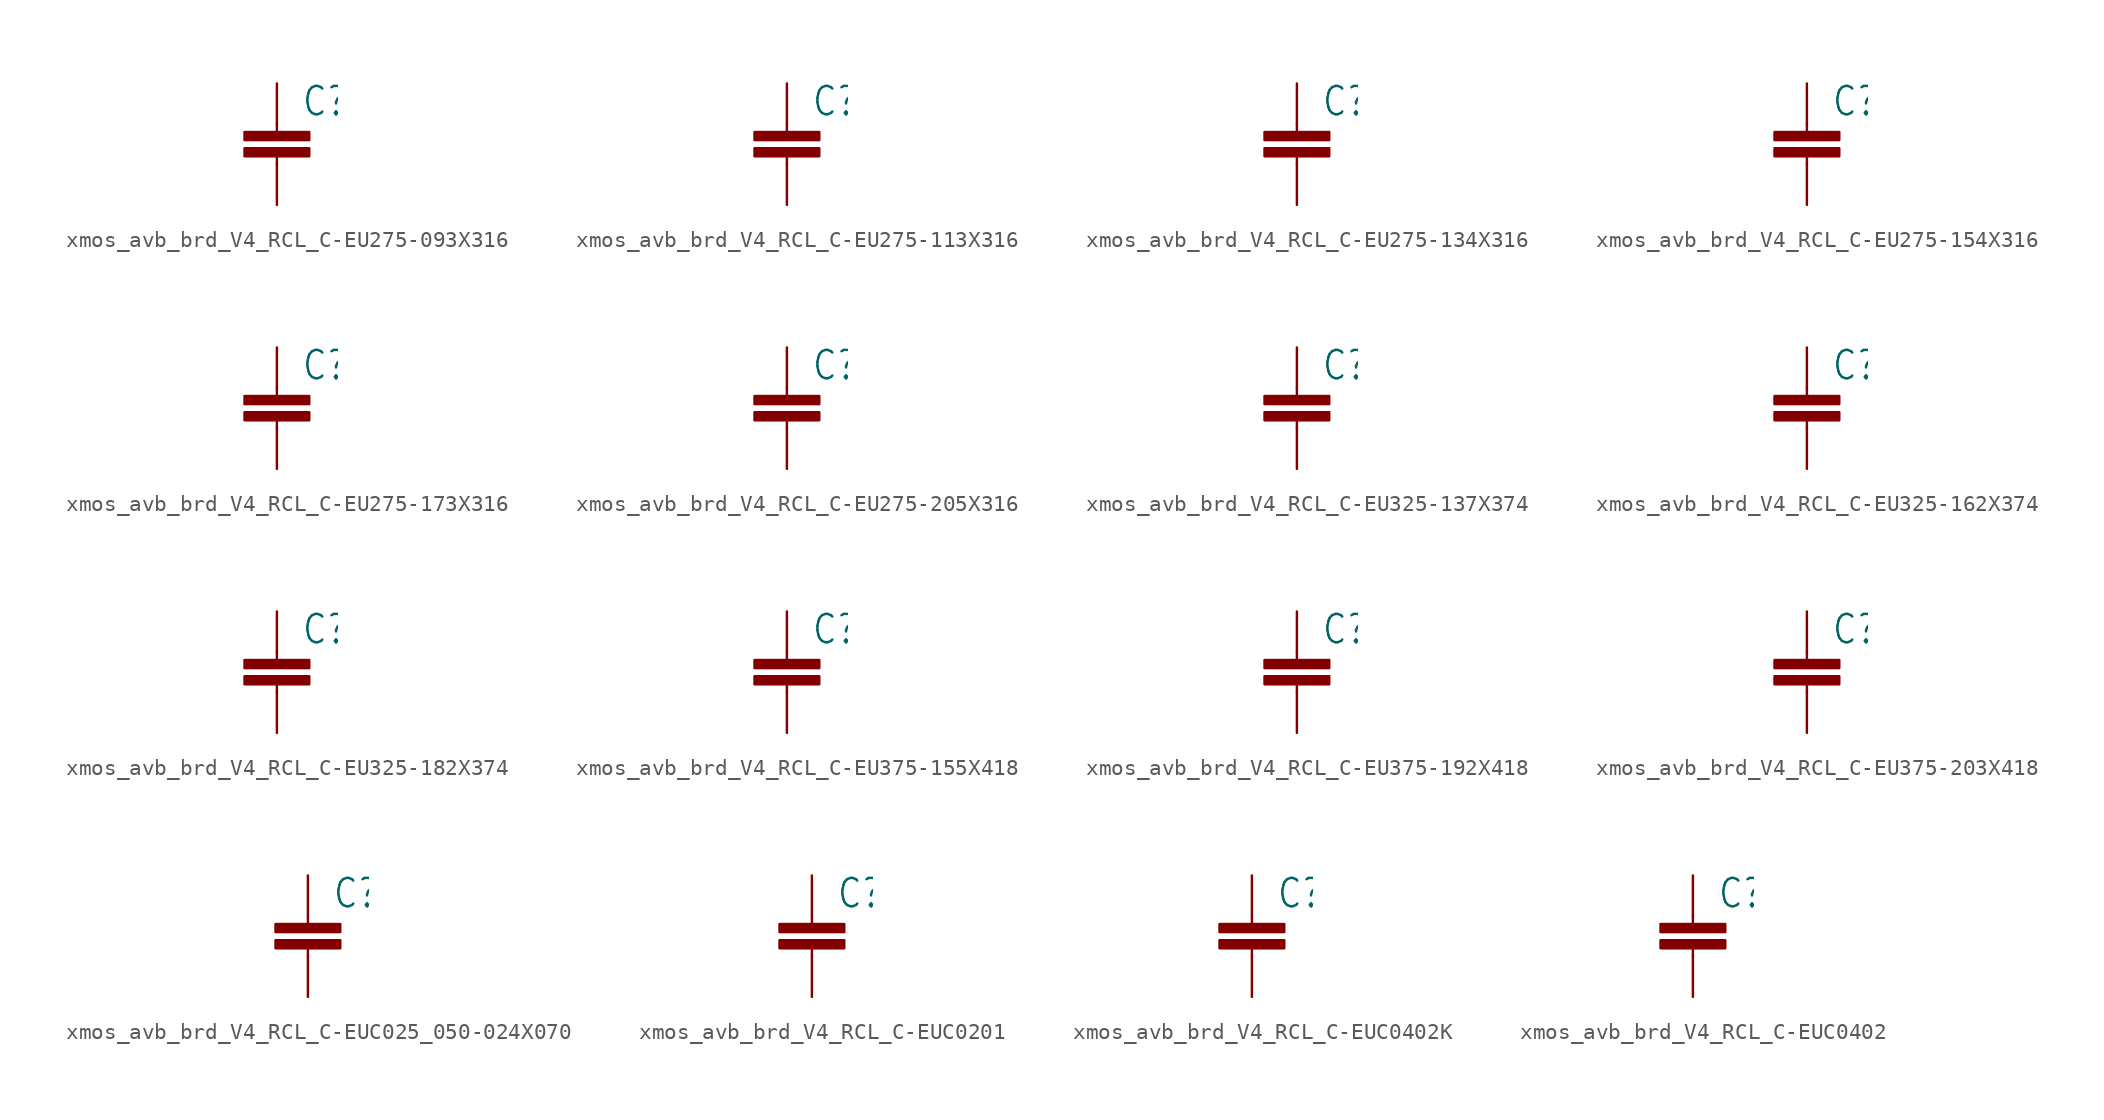
<source format=kicad_sym>
(kicad_symbol_lib
  (version 20241209)
  (generator "kicad_symbol_editor")
  (generator_version "9.0")
  (symbol "xmos_avb_brd_V4_RCL_C-EU275-093X316"
    (property "Reference" "C"
      (at 1.524 0.381 0)
      (effects (font (size 1.778 1.511)) (justify left bottom)))
    (property "Value" ""
      (at 1.524 -4.699 0)
      (effects (font (size 1.778 1.511)) (justify left bottom)))
    (property "ki_locked" ""
      (at 0 0 0)
      (effects (font (size 1.27 1.27))))
    (symbol "xmos_avb_brd_V4_RCL_C-EU275-093X316_1_0"
      (rectangle (start -2.032 -1.016) (end 2.032 -0.508) (stroke (width 0) (type default)) (fill (type outline)))
      (rectangle (start -2.032 -2.032) (end 2.032 -1.524) (stroke (width 0) (type default)) (fill (type outline)))
      (polyline (pts (xy 0 0) (xy 0 -0.508)) (stroke (width 0.152) (type solid)) (fill (type none)))
      (polyline (pts (xy 0 -2.54) (xy 0 -2.032)) (stroke (width 0.152) (type solid)) (fill (type none)))
      (pin passive line (at 0 2.54 270) (length 2.54) (name "1" (effects (font (size 0 0)))) (number "1" (effects (font (size 0 0)))))
      (pin passive line (at 0 -5.08 90) (length 2.54) (name "2" (effects (font (size 0 0)))) (number "2" (effects (font (size 0 0)))))))
  (symbol "xmos_avb_brd_V4_RCL_C-EU275-113X316"
    (property "Reference" "C"
      (at 1.524 0.381 0)
      (effects (font (size 1.778 1.511)) (justify left bottom)))
    (property "Value" ""
      (at 1.524 -4.699 0)
      (effects (font (size 1.778 1.511)) (justify left bottom)))
    (property "ki_locked" ""
      (at 0 0 0)
      (effects (font (size 1.27 1.27))))
    (symbol "xmos_avb_brd_V4_RCL_C-EU275-113X316_1_0"
      (rectangle (start -2.032 -1.016) (end 2.032 -0.508) (stroke (width 0) (type default)) (fill (type outline)))
      (rectangle (start -2.032 -2.032) (end 2.032 -1.524) (stroke (width 0) (type default)) (fill (type outline)))
      (polyline (pts (xy 0 0) (xy 0 -0.508)) (stroke (width 0.152) (type solid)) (fill (type none)))
      (polyline (pts (xy 0 -2.54) (xy 0 -2.032)) (stroke (width 0.152) (type solid)) (fill (type none)))
      (pin passive line (at 0 2.54 270) (length 2.54) (name "1" (effects (font (size 0 0)))) (number "1" (effects (font (size 0 0)))))
      (pin passive line (at 0 -5.08 90) (length 2.54) (name "2" (effects (font (size 0 0)))) (number "2" (effects (font (size 0 0)))))))
  (symbol "xmos_avb_brd_V4_RCL_C-EU275-134X316"
    (property "Reference" "C"
      (at 1.524 0.381 0)
      (effects (font (size 1.778 1.511)) (justify left bottom)))
    (property "Value" ""
      (at 1.524 -4.699 0)
      (effects (font (size 1.778 1.511)) (justify left bottom)))
    (property "ki_locked" ""
      (at 0 0 0)
      (effects (font (size 1.27 1.27))))
    (symbol "xmos_avb_brd_V4_RCL_C-EU275-134X316_1_0"
      (rectangle (start -2.032 -1.016) (end 2.032 -0.508) (stroke (width 0) (type default)) (fill (type outline)))
      (rectangle (start -2.032 -2.032) (end 2.032 -1.524) (stroke (width 0) (type default)) (fill (type outline)))
      (polyline (pts (xy 0 0) (xy 0 -0.508)) (stroke (width 0.152) (type solid)) (fill (type none)))
      (polyline (pts (xy 0 -2.54) (xy 0 -2.032)) (stroke (width 0.152) (type solid)) (fill (type none)))
      (pin passive line (at 0 2.54 270) (length 2.54) (name "1" (effects (font (size 0 0)))) (number "1" (effects (font (size 0 0)))))
      (pin passive line (at 0 -5.08 90) (length 2.54) (name "2" (effects (font (size 0 0)))) (number "2" (effects (font (size 0 0)))))))
  (symbol "xmos_avb_brd_V4_RCL_C-EU275-154X316"
    (property "Reference" "C"
      (at 1.524 0.381 0)
      (effects (font (size 1.778 1.511)) (justify left bottom)))
    (property "Value" ""
      (at 1.524 -4.699 0)
      (effects (font (size 1.778 1.511)) (justify left bottom)))
    (property "ki_locked" ""
      (at 0 0 0)
      (effects (font (size 1.27 1.27))))
    (symbol "xmos_avb_brd_V4_RCL_C-EU275-154X316_1_0"
      (rectangle (start -2.032 -1.016) (end 2.032 -0.508) (stroke (width 0) (type default)) (fill (type outline)))
      (rectangle (start -2.032 -2.032) (end 2.032 -1.524) (stroke (width 0) (type default)) (fill (type outline)))
      (polyline (pts (xy 0 0) (xy 0 -0.508)) (stroke (width 0.152) (type solid)) (fill (type none)))
      (polyline (pts (xy 0 -2.54) (xy 0 -2.032)) (stroke (width 0.152) (type solid)) (fill (type none)))
      (pin passive line (at 0 2.54 270) (length 2.54) (name "1" (effects (font (size 0 0)))) (number "1" (effects (font (size 0 0)))))
      (pin passive line (at 0 -5.08 90) (length 2.54) (name "2" (effects (font (size 0 0)))) (number "2" (effects (font (size 0 0)))))))
  (symbol "xmos_avb_brd_V4_RCL_C-EU275-173X316"
    (property "Reference" "C"
      (at 1.524 0.381 0)
      (effects (font (size 1.778 1.511)) (justify left bottom)))
    (property "Value" ""
      (at 1.524 -4.699 0)
      (effects (font (size 1.778 1.511)) (justify left bottom)))
    (property "ki_locked" ""
      (at 0 0 0)
      (effects (font (size 1.27 1.27))))
    (symbol "xmos_avb_brd_V4_RCL_C-EU275-173X316_1_0"
      (rectangle (start -2.032 -1.016) (end 2.032 -0.508) (stroke (width 0) (type default)) (fill (type outline)))
      (rectangle (start -2.032 -2.032) (end 2.032 -1.524) (stroke (width 0) (type default)) (fill (type outline)))
      (polyline (pts (xy 0 0) (xy 0 -0.508)) (stroke (width 0.152) (type solid)) (fill (type none)))
      (polyline (pts (xy 0 -2.54) (xy 0 -2.032)) (stroke (width 0.152) (type solid)) (fill (type none)))
      (pin passive line (at 0 2.54 270) (length 2.54) (name "1" (effects (font (size 0 0)))) (number "1" (effects (font (size 0 0)))))
      (pin passive line (at 0 -5.08 90) (length 2.54) (name "2" (effects (font (size 0 0)))) (number "2" (effects (font (size 0 0)))))))
  (symbol "xmos_avb_brd_V4_RCL_C-EU275-205X316"
    (property "Reference" "C"
      (at 1.524 0.381 0)
      (effects (font (size 1.778 1.511)) (justify left bottom)))
    (property "Value" ""
      (at 1.524 -4.699 0)
      (effects (font (size 1.778 1.511)) (justify left bottom)))
    (property "ki_locked" ""
      (at 0 0 0)
      (effects (font (size 1.27 1.27))))
    (symbol "xmos_avb_brd_V4_RCL_C-EU275-205X316_1_0"
      (rectangle (start -2.032 -1.016) (end 2.032 -0.508) (stroke (width 0) (type default)) (fill (type outline)))
      (rectangle (start -2.032 -2.032) (end 2.032 -1.524) (stroke (width 0) (type default)) (fill (type outline)))
      (polyline (pts (xy 0 0) (xy 0 -0.508)) (stroke (width 0.152) (type solid)) (fill (type none)))
      (polyline (pts (xy 0 -2.54) (xy 0 -2.032)) (stroke (width 0.152) (type solid)) (fill (type none)))
      (pin passive line (at 0 2.54 270) (length 2.54) (name "1" (effects (font (size 0 0)))) (number "1" (effects (font (size 0 0)))))
      (pin passive line (at 0 -5.08 90) (length 2.54) (name "2" (effects (font (size 0 0)))) (number "2" (effects (font (size 0 0)))))))
  (symbol "xmos_avb_brd_V4_RCL_C-EU325-137X374"
    (property "Reference" "C"
      (at 1.524 0.381 0)
      (effects (font (size 1.778 1.511)) (justify left bottom)))
    (property "Value" ""
      (at 1.524 -4.699 0)
      (effects (font (size 1.778 1.511)) (justify left bottom)))
    (property "ki_locked" ""
      (at 0 0 0)
      (effects (font (size 1.27 1.27))))
    (symbol "xmos_avb_brd_V4_RCL_C-EU325-137X374_1_0"
      (rectangle (start -2.032 -1.016) (end 2.032 -0.508) (stroke (width 0) (type default)) (fill (type outline)))
      (rectangle (start -2.032 -2.032) (end 2.032 -1.524) (stroke (width 0) (type default)) (fill (type outline)))
      (polyline (pts (xy 0 0) (xy 0 -0.508)) (stroke (width 0.152) (type solid)) (fill (type none)))
      (polyline (pts (xy 0 -2.54) (xy 0 -2.032)) (stroke (width 0.152) (type solid)) (fill (type none)))
      (pin passive line (at 0 2.54 270) (length 2.54) (name "1" (effects (font (size 0 0)))) (number "1" (effects (font (size 0 0)))))
      (pin passive line (at 0 -5.08 90) (length 2.54) (name "2" (effects (font (size 0 0)))) (number "2" (effects (font (size 0 0)))))))
  (symbol "xmos_avb_brd_V4_RCL_C-EU325-162X374"
    (property "Reference" "C"
      (at 1.524 0.381 0)
      (effects (font (size 1.778 1.511)) (justify left bottom)))
    (property "Value" ""
      (at 1.524 -4.699 0)
      (effects (font (size 1.778 1.511)) (justify left bottom)))
    (property "ki_locked" ""
      (at 0 0 0)
      (effects (font (size 1.27 1.27))))
    (symbol "xmos_avb_brd_V4_RCL_C-EU325-162X374_1_0"
      (rectangle (start -2.032 -1.016) (end 2.032 -0.508) (stroke (width 0) (type default)) (fill (type outline)))
      (rectangle (start -2.032 -2.032) (end 2.032 -1.524) (stroke (width 0) (type default)) (fill (type outline)))
      (polyline (pts (xy 0 0) (xy 0 -0.508)) (stroke (width 0.152) (type solid)) (fill (type none)))
      (polyline (pts (xy 0 -2.54) (xy 0 -2.032)) (stroke (width 0.152) (type solid)) (fill (type none)))
      (pin passive line (at 0 2.54 270) (length 2.54) (name "1" (effects (font (size 0 0)))) (number "1" (effects (font (size 0 0)))))
      (pin passive line (at 0 -5.08 90) (length 2.54) (name "2" (effects (font (size 0 0)))) (number "2" (effects (font (size 0 0)))))))
  (symbol "xmos_avb_brd_V4_RCL_C-EU325-182X374"
    (property "Reference" "C"
      (at 1.524 0.381 0)
      (effects (font (size 1.778 1.511)) (justify left bottom)))
    (property "Value" ""
      (at 1.524 -4.699 0)
      (effects (font (size 1.778 1.511)) (justify left bottom)))
    (property "ki_locked" ""
      (at 0 0 0)
      (effects (font (size 1.27 1.27))))
    (symbol "xmos_avb_brd_V4_RCL_C-EU325-182X374_1_0"
      (rectangle (start -2.032 -1.016) (end 2.032 -0.508) (stroke (width 0) (type default)) (fill (type outline)))
      (rectangle (start -2.032 -2.032) (end 2.032 -1.524) (stroke (width 0) (type default)) (fill (type outline)))
      (polyline (pts (xy 0 0) (xy 0 -0.508)) (stroke (width 0.152) (type solid)) (fill (type none)))
      (polyline (pts (xy 0 -2.54) (xy 0 -2.032)) (stroke (width 0.152) (type solid)) (fill (type none)))
      (pin passive line (at 0 2.54 270) (length 2.54) (name "1" (effects (font (size 0 0)))) (number "1" (effects (font (size 0 0)))))
      (pin passive line (at 0 -5.08 90) (length 2.54) (name "2" (effects (font (size 0 0)))) (number "2" (effects (font (size 0 0)))))))
  (symbol "xmos_avb_brd_V4_RCL_C-EU375-155X418"
    (property "Reference" "C"
      (at 1.524 0.381 0)
      (effects (font (size 1.778 1.511)) (justify left bottom)))
    (property "Value" ""
      (at 1.524 -4.699 0)
      (effects (font (size 1.778 1.511)) (justify left bottom)))
    (property "ki_locked" ""
      (at 0 0 0)
      (effects (font (size 1.27 1.27))))
    (symbol "xmos_avb_brd_V4_RCL_C-EU375-155X418_1_0"
      (rectangle (start -2.032 -1.016) (end 2.032 -0.508) (stroke (width 0) (type default)) (fill (type outline)))
      (rectangle (start -2.032 -2.032) (end 2.032 -1.524) (stroke (width 0) (type default)) (fill (type outline)))
      (polyline (pts (xy 0 0) (xy 0 -0.508)) (stroke (width 0.152) (type solid)) (fill (type none)))
      (polyline (pts (xy 0 -2.54) (xy 0 -2.032)) (stroke (width 0.152) (type solid)) (fill (type none)))
      (pin passive line (at 0 2.54 270) (length 2.54) (name "1" (effects (font (size 0 0)))) (number "1" (effects (font (size 0 0)))))
      (pin passive line (at 0 -5.08 90) (length 2.54) (name "2" (effects (font (size 0 0)))) (number "2" (effects (font (size 0 0)))))))
  (symbol "xmos_avb_brd_V4_RCL_C-EU375-192X418"
    (property "Reference" "C"
      (at 1.524 0.381 0)
      (effects (font (size 1.778 1.511)) (justify left bottom)))
    (property "Value" ""
      (at 1.524 -4.699 0)
      (effects (font (size 1.778 1.511)) (justify left bottom)))
    (property "ki_locked" ""
      (at 0 0 0)
      (effects (font (size 1.27 1.27))))
    (symbol "xmos_avb_brd_V4_RCL_C-EU375-192X418_1_0"
      (rectangle (start -2.032 -1.016) (end 2.032 -0.508) (stroke (width 0) (type default)) (fill (type outline)))
      (rectangle (start -2.032 -2.032) (end 2.032 -1.524) (stroke (width 0) (type default)) (fill (type outline)))
      (polyline (pts (xy 0 0) (xy 0 -0.508)) (stroke (width 0.152) (type solid)) (fill (type none)))
      (polyline (pts (xy 0 -2.54) (xy 0 -2.032)) (stroke (width 0.152) (type solid)) (fill (type none)))
      (pin passive line (at 0 2.54 270) (length 2.54) (name "1" (effects (font (size 0 0)))) (number "1" (effects (font (size 0 0)))))
      (pin passive line (at 0 -5.08 90) (length 2.54) (name "2" (effects (font (size 0 0)))) (number "2" (effects (font (size 0 0)))))))
  (symbol "xmos_avb_brd_V4_RCL_C-EU375-203X418"
    (property "Reference" "C"
      (at 1.524 0.381 0)
      (effects (font (size 1.778 1.511)) (justify left bottom)))
    (property "Value" ""
      (at 1.524 -4.699 0)
      (effects (font (size 1.778 1.511)) (justify left bottom)))
    (property "ki_locked" ""
      (at 0 0 0)
      (effects (font (size 1.27 1.27))))
    (symbol "xmos_avb_brd_V4_RCL_C-EU375-203X418_1_0"
      (rectangle (start -2.032 -1.016) (end 2.032 -0.508) (stroke (width 0) (type default)) (fill (type outline)))
      (rectangle (start -2.032 -2.032) (end 2.032 -1.524) (stroke (width 0) (type default)) (fill (type outline)))
      (polyline (pts (xy 0 0) (xy 0 -0.508)) (stroke (width 0.152) (type solid)) (fill (type none)))
      (polyline (pts (xy 0 -2.54) (xy 0 -2.032)) (stroke (width 0.152) (type solid)) (fill (type none)))
      (pin passive line (at 0 2.54 270) (length 2.54) (name "1" (effects (font (size 0 0)))) (number "1" (effects (font (size 0 0)))))
      (pin passive line (at 0 -5.08 90) (length 2.54) (name "2" (effects (font (size 0 0)))) (number "2" (effects (font (size 0 0)))))))
  (symbol "xmos_avb_brd_V4_RCL_C-EUC025_050-024X070"
    (property "Reference" "C"
      (at 1.524 0.381 0)
      (effects (font (size 1.778 1.511)) (justify left bottom)))
    (property "Value" ""
      (at 1.524 -4.699 0)
      (effects (font (size 1.778 1.511)) (justify left bottom)))
    (property "ki_locked" ""
      (at 0 0 0)
      (effects (font (size 1.27 1.27))))
    (symbol "xmos_avb_brd_V4_RCL_C-EUC025_050-024X070_1_0"
      (rectangle (start -2.032 -1.016) (end 2.032 -0.508) (stroke (width 0) (type default)) (fill (type outline)))
      (rectangle (start -2.032 -2.032) (end 2.032 -1.524) (stroke (width 0) (type default)) (fill (type outline)))
      (polyline (pts (xy 0 0) (xy 0 -0.508)) (stroke (width 0.152) (type solid)) (fill (type none)))
      (polyline (pts (xy 0 -2.54) (xy 0 -2.032)) (stroke (width 0.152) (type solid)) (fill (type none)))
      (pin passive line (at 0 2.54 270) (length 2.54) (name "1" (effects (font (size 0 0)))) (number "1" (effects (font (size 0 0)))))
      (pin passive line (at 0 -5.08 90) (length 2.54) (name "2" (effects (font (size 0 0)))) (number "2" (effects (font (size 0 0)))))))
  (symbol "xmos_avb_brd_V4_RCL_C-EUC0201"
    (property "Reference" "C"
      (at 1.524 0.381 0)
      (effects (font (size 1.778 1.511)) (justify left bottom)))
    (property "Value" ""
      (at 1.524 -4.699 0)
      (effects (font (size 1.778 1.511)) (justify left bottom)))
    (property "ki_locked" ""
      (at 0 0 0)
      (effects (font (size 1.27 1.27))))
    (symbol "xmos_avb_brd_V4_RCL_C-EUC0201_1_0"
      (rectangle (start -2.032 -1.016) (end 2.032 -0.508) (stroke (width 0) (type default)) (fill (type outline)))
      (rectangle (start -2.032 -2.032) (end 2.032 -1.524) (stroke (width 0) (type default)) (fill (type outline)))
      (polyline (pts (xy 0 0) (xy 0 -0.508)) (stroke (width 0.152) (type solid)) (fill (type none)))
      (polyline (pts (xy 0 -2.54) (xy 0 -2.032)) (stroke (width 0.152) (type solid)) (fill (type none)))
      (pin passive line (at 0 2.54 270) (length 2.54) (name "1" (effects (font (size 0 0)))) (number "1" (effects (font (size 0 0)))))
      (pin passive line (at 0 -5.08 90) (length 2.54) (name "2" (effects (font (size 0 0)))) (number "2" (effects (font (size 0 0)))))))
  (symbol "xmos_avb_brd_V4_RCL_C-EUC0402K"
    (property "Reference" "C"
      (at 1.524 0.381 0)
      (effects (font (size 1.778 1.511)) (justify left bottom)))
    (property "Value" ""
      (at 1.524 -4.699 0)
      (effects (font (size 1.778 1.511)) (justify left bottom)))
    (property "ki_locked" ""
      (at 0 0 0)
      (effects (font (size 1.27 1.27))))
    (symbol "xmos_avb_brd_V4_RCL_C-EUC0402K_1_0"
      (rectangle (start -2.032 -1.016) (end 2.032 -0.508) (stroke (width 0) (type default)) (fill (type outline)))
      (rectangle (start -2.032 -2.032) (end 2.032 -1.524) (stroke (width 0) (type default)) (fill (type outline)))
      (polyline (pts (xy 0 0) (xy 0 -0.508)) (stroke (width 0.152) (type solid)) (fill (type none)))
      (polyline (pts (xy 0 -2.54) (xy 0 -2.032)) (stroke (width 0.152) (type solid)) (fill (type none)))
      (pin passive line (at 0 2.54 270) (length 2.54) (name "1" (effects (font (size 0 0)))) (number "1" (effects (font (size 0 0)))))
      (pin passive line (at 0 -5.08 90) (length 2.54) (name "2" (effects (font (size 0 0)))) (number "2" (effects (font (size 0 0)))))))
  (symbol "xmos_avb_brd_V4_RCL_C-EUC0402"
    (property "Reference" "C"
      (at 1.524 0.381 0)
      (effects (font (size 1.778 1.511)) (justify left bottom)))
    (property "Value" ""
      (at 1.524 -4.699 0)
      (effects (font (size 1.778 1.511)) (justify left bottom)))
    (property "ki_locked" ""
      (at 0 0 0)
      (effects (font (size 1.27 1.27))))
    (symbol "xmos_avb_brd_V4_RCL_C-EUC0402_1_0"
      (rectangle (start -2.032 -1.016) (end 2.032 -0.508) (stroke (width 0) (type default)) (fill (type outline)))
      (rectangle (start -2.032 -2.032) (end 2.032 -1.524) (stroke (width 0) (type default)) (fill (type outline)))
      (polyline (pts (xy 0 0) (xy 0 -0.508)) (stroke (width 0.152) (type solid)) (fill (type none)))
      (polyline (pts (xy 0 -2.54) (xy 0 -2.032)) (stroke (width 0.152) (type solid)) (fill (type none)))
      (pin passive line (at 0 2.54 270) (length 2.54) (name "1" (effects (font (size 0 0)))) (number "1" (effects (font (size 0 0)))))
      (pin passive line (at 0 -5.08 90) (length 2.54) (name "2" (effects (font (size 0 0)))) (number "2" (effects (font (size 0 0))))))))
</source>
